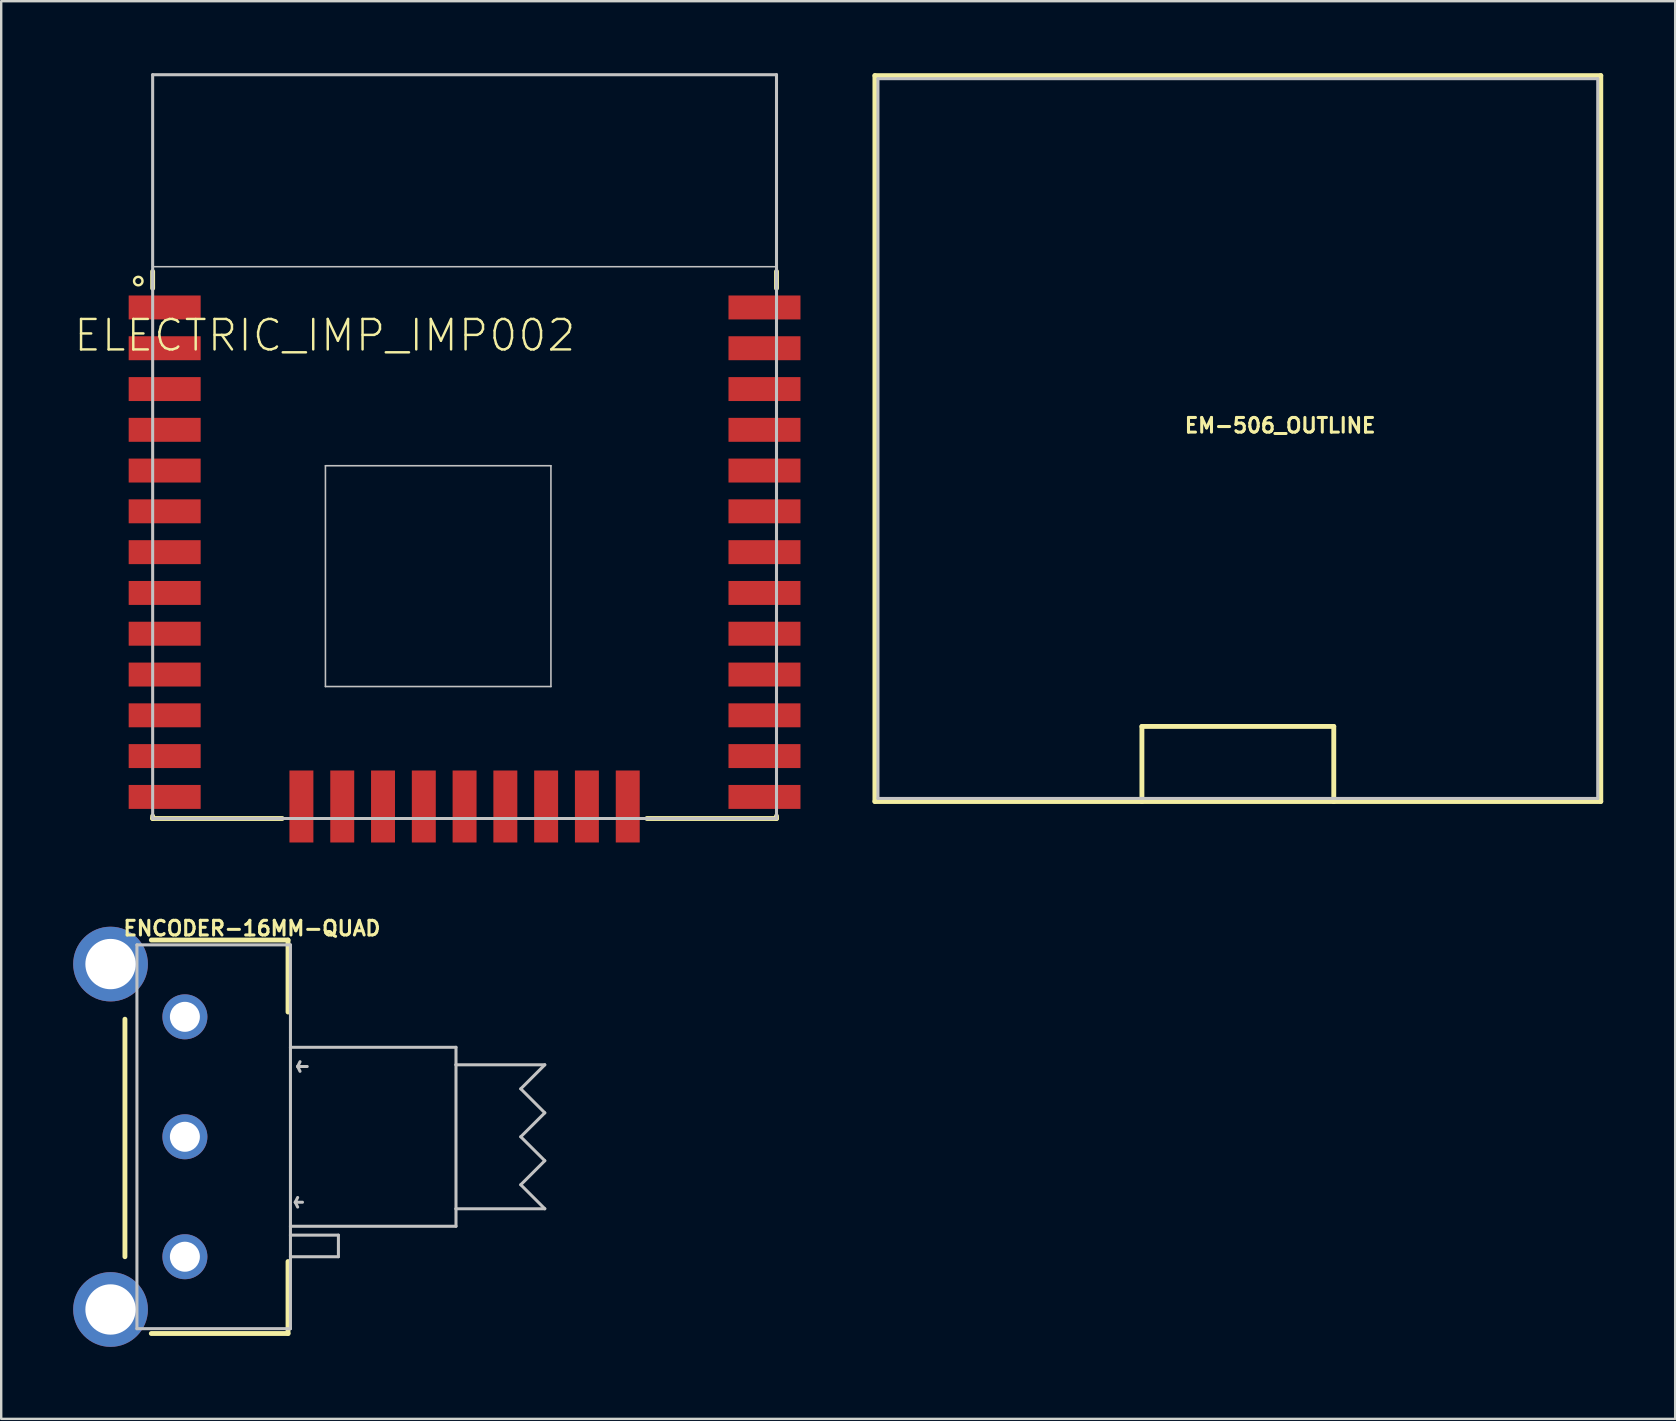
<source format=kicad_pcb>
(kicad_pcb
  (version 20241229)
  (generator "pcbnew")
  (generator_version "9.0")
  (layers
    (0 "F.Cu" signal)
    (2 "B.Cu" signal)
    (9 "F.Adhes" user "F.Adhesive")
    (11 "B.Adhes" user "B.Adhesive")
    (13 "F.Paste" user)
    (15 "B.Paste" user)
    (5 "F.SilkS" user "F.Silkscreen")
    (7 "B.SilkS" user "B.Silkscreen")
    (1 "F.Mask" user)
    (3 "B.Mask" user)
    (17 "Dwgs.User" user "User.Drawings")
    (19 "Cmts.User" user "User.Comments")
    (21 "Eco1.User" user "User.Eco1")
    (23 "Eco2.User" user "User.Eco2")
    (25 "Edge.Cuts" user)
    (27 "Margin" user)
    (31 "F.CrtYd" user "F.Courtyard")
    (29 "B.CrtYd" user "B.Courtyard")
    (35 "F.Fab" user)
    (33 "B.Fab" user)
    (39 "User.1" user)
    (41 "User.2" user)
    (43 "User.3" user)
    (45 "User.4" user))
  (footprint "EM-506_OUTLINE"
    (layer "F.Cu")
    (at 48.539 15.227)
    (property "Reference" "EM-506_OUTLINE" (at 1.763 -0.544 0) (layer "F.SilkS") (effects (font (size 0.61 0.61) (thickness 0.127))))
    (attr exclude_from_pos_files exclude_from_bom)
    (fp_line (start -15.126 -15.126) (end 15.126 -15.126) (stroke (width 0.203) (type solid)) (layer "F.SilkS"))
    (fp_line (start -15.126 15.126) (end -15.126 -15.126) (stroke (width 0.203) (type solid)) (layer "F.SilkS"))
    (fp_line (start -3.998 11.999) (end 3.998 11.999) (stroke (width 0.203) (type solid)) (layer "F.SilkS"))
    (fp_line (start -3.998 15.126) (end -15.126 15.126) (stroke (width 0.203) (type solid)) (layer "F.SilkS"))
    (fp_line (start -3.998 15.126) (end -3.998 11.999) (stroke (width 0.203) (type solid)) (layer "F.SilkS"))
    (fp_line (start 3.998 15.126) (end -3.998 15.126) (stroke (width 0.203) (type solid)) (layer "F.SilkS"))
    (fp_line (start 3.998 15.126) (end 3.998 11.999) (stroke (width 0.203) (type solid)) (layer "F.SilkS"))
    (fp_line (start 15.126 -15.126) (end 15.126 15.126) (stroke (width 0.203) (type solid)) (layer "F.SilkS"))
    (fp_line (start 15.126 15.126) (end 3.998 15.126) (stroke (width 0.203) (type solid)) (layer "F.SilkS"))
    (fp_line (start -14.999 -14.999) (end 14.999 -14.999) (stroke (width 0.127) (type solid)) (layer "Dwgs.User"))
    (fp_line (start -14.999 14.999) (end -14.999 -14.999) (stroke (width 0.127) (type solid)) (layer "Dwgs.User"))
    (fp_line (start 14.999 -14.999) (end 14.999 14.999) (stroke (width 0.127) (type solid)) (layer "Dwgs.User"))
    (fp_line (start 14.999 14.999) (end -14.999 14.999) (stroke (width 0.127) (type solid)) (layer "Dwgs.User")))
  (footprint "ENCODER-16MM-QUAD"
    (layer "F.Cu")
    (at 4.656 44.327)
    (property "Reference" "ENCODER-16MM-QUAD" (at 2.794 -8.687 0) (layer "F.SilkS") (effects (font (size 0.61 0.61) (thickness 0.127))))
    (attr exclude_from_pos_files exclude_from_bom)
    (fp_line (start -2.499 -4.9) (end -2.499 4.999) (stroke (width 0.203) (type solid)) (layer "F.SilkS"))
    (fp_line (start -1.4 -8.199) (end 4.298 -8.199) (stroke (width 0.203) (type solid)) (layer "F.SilkS"))
    (fp_line (start -1.4 8.199) (end 4.298 8.199) (stroke (width 0.203) (type solid)) (layer "F.SilkS"))
    (fp_line (start 4.298 -8.199) (end 4.298 -5.199) (stroke (width 0.203) (type solid)) (layer "F.SilkS"))
    (fp_line (start 4.298 5.199) (end 4.298 8.199) (stroke (width 0.203) (type solid)) (layer "F.SilkS"))
    (fp_line (start -1.999 -7.998) (end 4.399 -7.998) (stroke (width 0.127) (type solid)) (layer "Dwgs.User"))
    (fp_line (start -1.999 7.998) (end -1.999 -7.998) (stroke (width 0.127) (type solid)) (layer "Dwgs.User"))
    (fp_line (start 4.399 -7.998) (end 4.399 -3.729) (stroke (width 0.127) (type solid)) (layer "Dwgs.User"))
    (fp_line (start 4.399 -3.729) (end 4.399 3.729) (stroke (width 0.127) (type solid)) (layer "Dwgs.User"))
    (fp_line (start 4.399 -3.729) (end 11.298 -3.729) (stroke (width 0.127) (type solid)) (layer "Dwgs.User"))
    (fp_line (start 4.399 3.729) (end 4.399 4.1) (stroke (width 0.127) (type solid)) (layer "Dwgs.User"))
    (fp_line (start 4.399 4.1) (end 4.399 4.999) (stroke (width 0.127) (type solid)) (layer "Dwgs.User"))
    (fp_line (start 4.399 4.1) (end 6.398 4.1) (stroke (width 0.127) (type solid)) (layer "Dwgs.User"))
    (fp_line (start 4.399 4.999) (end 4.399 7.998) (stroke (width 0.127) (type solid)) (layer "Dwgs.User"))
    (fp_line (start 4.399 7.998) (end -1.999 7.998) (stroke (width 0.127) (type solid)) (layer "Dwgs.User"))
    (fp_line (start 4.6 2.728) (end 4.699 2.929) (stroke (width 0.127) (type solid)) (layer "Dwgs.User"))
    (fp_line (start 4.699 -2.929) (end 4.798 -3.129) (stroke (width 0.127) (type solid)) (layer "Dwgs.User"))
    (fp_line (start 4.699 -2.929) (end 4.798 -2.728) (stroke (width 0.127) (type solid)) (layer "Dwgs.User"))
    (fp_line (start 4.699 2.53) (end 4.6 2.728) (stroke (width 0.127) (type solid)) (layer "Dwgs.User"))
    (fp_line (start 4.9 2.728) (end 4.6 2.728) (stroke (width 0.127) (type solid)) (layer "Dwgs.User"))
    (fp_line (start 5.098 -2.929) (end 4.699 -2.929) (stroke (width 0.127) (type solid)) (layer "Dwgs.User"))
    (fp_line (start 6.398 4.1) (end 6.398 4.999) (stroke (width 0.127) (type solid)) (layer "Dwgs.User"))
    (fp_line (start 6.398 4.999) (end 4.399 4.999) (stroke (width 0.127) (type solid)) (layer "Dwgs.User"))
    (fp_line (start 11.298 -3.729) (end 11.298 -3) (stroke (width 0.127) (type solid)) (layer "Dwgs.User"))
    (fp_line (start 11.298 -3) (end 11.298 3) (stroke (width 0.127) (type solid)) (layer "Dwgs.User"))
    (fp_line (start 11.298 -3) (end 14.999 -3) (stroke (width 0.127) (type solid)) (layer "Dwgs.User"))
    (fp_line (start 11.298 3) (end 11.298 3.729) (stroke (width 0.127) (type solid)) (layer "Dwgs.User"))
    (fp_line (start 11.298 3.729) (end 4.399 3.729) (stroke (width 0.127) (type solid)) (layer "Dwgs.User"))
    (fp_line (start 13.998 -1.999) (end 14.999 -0.998) (stroke (width 0.127) (type solid)) (layer "Dwgs.User"))
    (fp_line (start 13.998 0) (end 14.999 0.998) (stroke (width 0.127) (type solid)) (layer "Dwgs.User"))
    (fp_line (start 13.998 1.999) (end 14.999 3) (stroke (width 0.127) (type solid)) (layer "Dwgs.User"))
    (fp_line (start 14.999 -3) (end 13.998 -1.999) (stroke (width 0.127) (type solid)) (layer "Dwgs.User"))
    (fp_line (start 14.999 -0.998) (end 13.998 0) (stroke (width 0.127) (type solid)) (layer "Dwgs.User"))
    (fp_line (start 14.999 0.998) (end 13.998 1.999) (stroke (width 0.127) (type solid)) (layer "Dwgs.User"))
    (fp_line (start 14.999 3) (end 11.298 3) (stroke (width 0.127) (type solid)) (layer "Dwgs.User"))
    (pad "A" thru_hole circle (at 0 4.999) (size 1.875 1.875) (drill 1.25) (layers "*.Cu" "*.Paste" "*.Mask"))
    (pad "B" thru_hole circle (at 0 0) (size 1.875 1.875) (drill 1.25) (layers "*.Cu" "*.Paste" "*.Mask"))
    (pad "C" thru_hole circle (at 0 -4.999) (size 1.875 1.875) (drill 1.25) (layers "*.Cu" "*.Paste" "*.Mask"))
    (pad "P$1" thru_hole circle (at -3.099 -7.198) (size 3.114 3.114) (drill 2.098) (layers "*.Cu" "*.Paste" "*.Mask"))
    (pad "P$2" thru_hole circle (at -3.099 7.198) (size 3.114 3.114) (drill 2.098) (layers "*.Cu" "*.Paste" "*.Mask")))
  (footprint "ELECTRIC_IMP_IMP002"
    (layer "F.Cu")
    (at 16.312 15.563)
    (property "Reference" "ELECTRIC_IMP_IMP002" (at -5.824 -4.633 0) (layer "F.SilkS") (effects (font (size 1.27 1.27) (thickness 0.102))))
    (attr smd)
    (fp_line (start -13 -6.599) (end -13 -7.3) (stroke (width 0.203) (type solid)) (layer "F.SilkS"))
    (fp_line (start -13 15.397) (end -13 15.499) (stroke (width 0.203) (type solid)) (layer "F.SilkS"))
    (fp_line (start -13 15.499) (end -7.6 15.499) (stroke (width 0.203) (type solid)) (layer "F.SilkS"))
    (fp_line (start 13 -6.599) (end 13 -7.3) (stroke (width 0.203) (type solid)) (layer "F.SilkS"))
    (fp_line (start 13 15.397) (end 13 15.499) (stroke (width 0.203) (type solid)) (layer "F.SilkS"))
    (fp_line (start 13 15.499) (end 7.6 15.499) (stroke (width 0.203) (type solid)) (layer "F.SilkS"))
    (fp_circle (center -13.599 -6.899) (end -13.724 -7.023) (stroke (width 0.102) (type solid)) (fill no) (layer "F.SilkS"))
    (fp_line (start -13 -15.499) (end 13 -15.499) (stroke (width 0.066) (type solid)) (layer "Dwgs.User"))
    (fp_line (start -13 -15.499) (end 13 -15.499) (stroke (width 0.127) (type solid)) (layer "Dwgs.User"))
    (fp_line (start -13 -7.498) (end -13 -15.499) (stroke (width 0.066) (type solid)) (layer "Dwgs.User"))
    (fp_line (start -13 -7.498) (end 13 -7.498) (stroke (width 0.066) (type solid)) (layer "Dwgs.User"))
    (fp_line (start -13 15.499) (end -13 -15.499) (stroke (width 0.127) (type solid)) (layer "Dwgs.User"))
    (fp_line (start -5.799 0.798) (end 3.599 0.798) (stroke (width 0.066) (type solid)) (layer "Dwgs.User"))
    (fp_line (start -5.799 10) (end -5.799 0.798) (stroke (width 0.066) (type solid)) (layer "Dwgs.User"))
    (fp_line (start -5.799 10) (end 3.599 10) (stroke (width 0.066) (type solid)) (layer "Dwgs.User"))
    (fp_line (start 3.599 10) (end 3.599 0.798) (stroke (width 0.066) (type solid)) (layer "Dwgs.User"))
    (fp_line (start 13 -15.499) (end 13 15.499) (stroke (width 0.127) (type solid)) (layer "Dwgs.User"))
    (fp_line (start 13 -7.498) (end 13 -15.499) (stroke (width 0.066) (type solid)) (layer "Dwgs.User"))
    (fp_line (start 13 15.499) (end -13 15.499) (stroke (width 0.127) (type solid)) (layer "Dwgs.User"))
    (pad "1" smd rect (at -12.499 -5.799) (size 3 0.998) (layers "F.Cu" "F.Mask" "F.Paste"))
    (pad "2" smd rect (at -12.499 -4.1) (size 3 0.998) (layers "F.Cu" "F.Mask" "F.Paste"))
    (pad "3" smd rect (at -12.499 -2.398) (size 3 0.998) (layers "F.Cu" "F.Mask" "F.Paste"))
    (pad "4" smd rect (at -12.499 -0.699) (size 3 0.998) (layers "F.Cu" "F.Mask" "F.Paste"))
    (pad "5" smd rect (at -12.499 0.998) (size 3 0.998) (layers "F.Cu" "F.Mask" "F.Paste"))
    (pad "6" smd rect (at -12.499 2.697) (size 3 0.998) (layers "F.Cu" "F.Mask" "F.Paste"))
    (pad "7" smd rect (at -12.499 4.399) (size 3 0.998) (layers "F.Cu" "F.Mask" "F.Paste"))
    (pad "8" smd rect (at -12.499 6.099) (size 3 0.998) (layers "F.Cu" "F.Mask" "F.Paste"))
    (pad "9" smd rect (at -12.499 7.798) (size 3 0.998) (layers "F.Cu" "F.Mask" "F.Paste"))
    (pad "10" smd rect (at -12.499 9.5) (size 3 0.998) (layers "F.Cu" "F.Mask" "F.Paste"))
    (pad "11" smd rect (at -12.499 11.199) (size 3 0.998) (layers "F.Cu" "F.Mask" "F.Paste"))
    (pad "12" smd rect (at -12.499 12.898) (size 3 0.998) (layers "F.Cu" "F.Mask" "F.Paste"))
    (pad "13" smd rect (at -12.499 14.6) (size 3 0.998) (layers "F.Cu" "F.Mask" "F.Paste"))
    (pad "14" smd rect (at -6.8 14.999) (size 0.998 3) (layers "F.Cu" "F.Mask" "F.Paste"))
    (pad "15" smd rect (at -5.098 14.999) (size 0.998 3) (layers "F.Cu" "F.Mask" "F.Paste"))
    (pad "16" smd rect (at -3.399 14.999) (size 0.998 3) (layers "F.Cu" "F.Mask" "F.Paste"))
    (pad "17" smd rect (at -1.699 14.999) (size 0.998 3) (layers "F.Cu" "F.Mask" "F.Paste"))
    (pad "18" smd rect (at 0 14.999) (size 0.998 3) (layers "F.Cu" "F.Mask" "F.Paste"))
    (pad "19" smd rect (at 1.699 14.999) (size 0.998 3) (layers "F.Cu" "F.Mask" "F.Paste"))
    (pad "20" smd rect (at 3.399 14.999) (size 0.998 3) (layers "F.Cu" "F.Mask" "F.Paste"))
    (pad "21" smd rect (at 5.098 14.999) (size 0.998 3) (layers "F.Cu" "F.Mask" "F.Paste"))
    (pad "22" smd rect (at 6.8 14.999) (size 0.998 3) (layers "F.Cu" "F.Mask" "F.Paste"))
    (pad "23" smd rect (at 12.499 14.6 180) (size 3 0.998) (layers "F.Cu" "F.Mask" "F.Paste"))
    (pad "24" smd rect (at 12.499 12.898 180) (size 3 0.998) (layers "F.Cu" "F.Mask" "F.Paste"))
    (pad "25" smd rect (at 12.499 11.199 180) (size 3 0.998) (layers "F.Cu" "F.Mask" "F.Paste"))
    (pad "26" smd rect (at 12.499 9.5 180) (size 3 0.998) (layers "F.Cu" "F.Mask" "F.Paste"))
    (pad "27" smd rect (at 12.499 7.798 180) (size 3 0.998) (layers "F.Cu" "F.Mask" "F.Paste"))
    (pad "28" smd rect (at 12.499 6.099 180) (size 3 0.998) (layers "F.Cu" "F.Mask" "F.Paste"))
    (pad "29" smd rect (at 12.499 4.399 180) (size 3 0.998) (layers "F.Cu" "F.Mask" "F.Paste"))
    (pad "30" smd rect (at 12.499 2.697 180) (size 3 0.998) (layers "F.Cu" "F.Mask" "F.Paste"))
    (pad "31" smd rect (at 12.499 0.998 180) (size 3 0.998) (layers "F.Cu" "F.Mask" "F.Paste"))
    (pad "32" smd rect (at 12.499 -0.699 180) (size 3 0.998) (layers "F.Cu" "F.Mask" "F.Paste"))
    (pad "33" smd rect (at 12.499 -2.398 180) (size 3 0.998) (layers "F.Cu" "F.Mask" "F.Paste"))
    (pad "34" smd rect (at 12.499 -4.1 180) (size 3 0.998) (layers "F.Cu" "F.Mask" "F.Paste"))
    (pad "35" smd rect (at 12.499 -5.799 180) (size 3 0.998) (layers "F.Cu" "F.Mask" "F.Paste")))
  (gr_rect
    (start -3 -3)
    (end 66.766 56.083)
    (stroke (width 0.1) (type default))
    (fill no)
    (layer "Edge.Cuts")))
</source>
